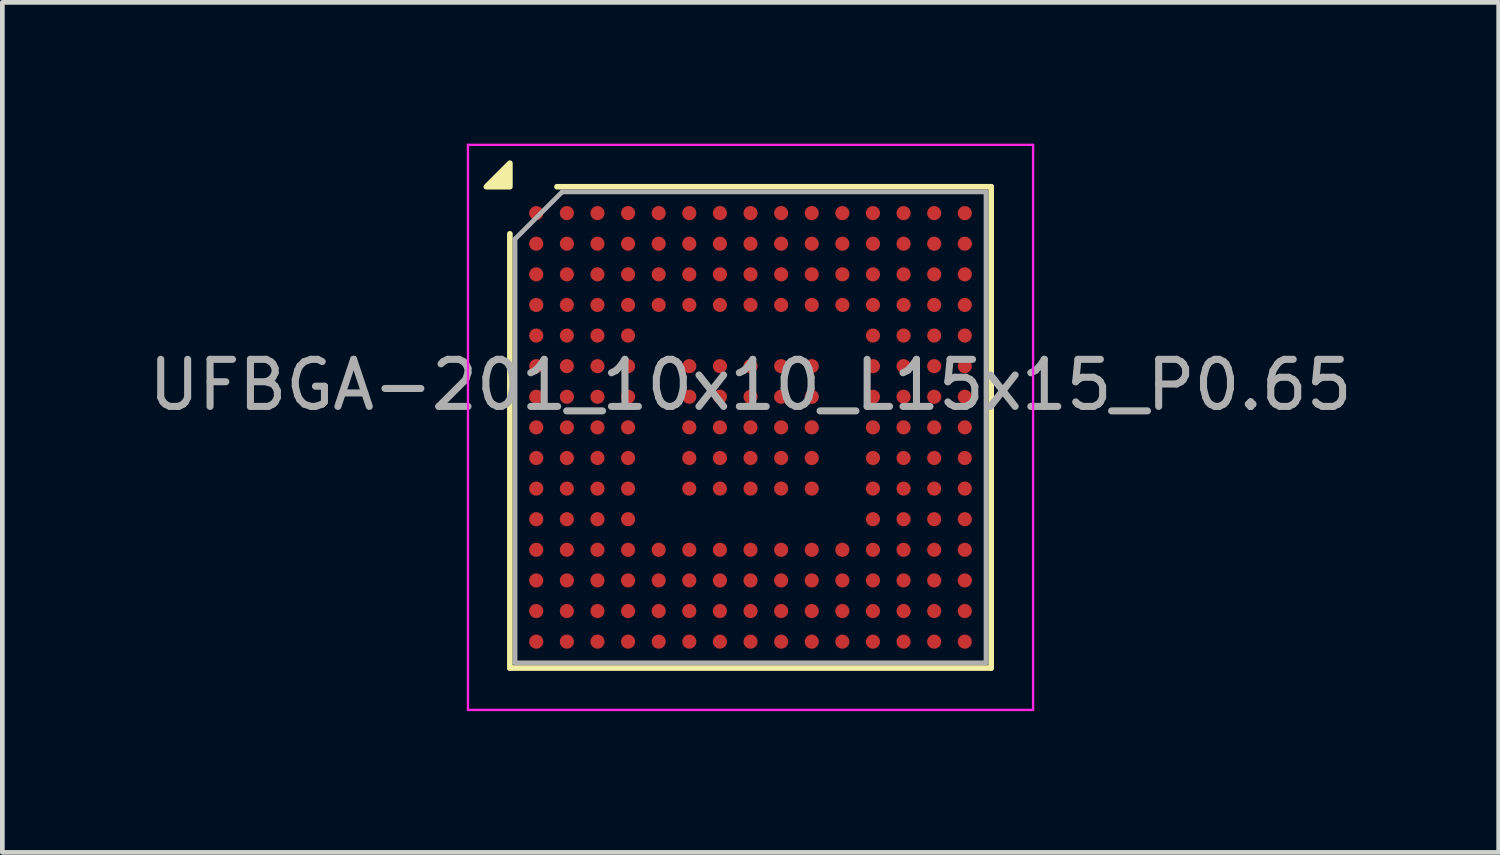
<source format=kicad_pcb>
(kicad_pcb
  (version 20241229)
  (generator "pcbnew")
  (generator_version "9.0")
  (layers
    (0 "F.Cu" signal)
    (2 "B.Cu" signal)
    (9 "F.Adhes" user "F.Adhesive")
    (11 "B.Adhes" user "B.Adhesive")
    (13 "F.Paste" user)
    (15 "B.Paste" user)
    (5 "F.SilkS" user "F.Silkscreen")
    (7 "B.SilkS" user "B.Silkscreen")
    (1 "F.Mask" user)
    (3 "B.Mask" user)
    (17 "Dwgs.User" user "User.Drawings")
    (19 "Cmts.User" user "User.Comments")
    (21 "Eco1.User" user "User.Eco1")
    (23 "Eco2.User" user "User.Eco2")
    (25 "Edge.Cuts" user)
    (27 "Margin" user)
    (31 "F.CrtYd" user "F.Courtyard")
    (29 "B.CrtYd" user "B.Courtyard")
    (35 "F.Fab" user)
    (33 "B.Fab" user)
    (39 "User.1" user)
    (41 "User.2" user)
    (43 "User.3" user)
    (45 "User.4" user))
  (footprint "UFBGA-201_10x10_L15x15_P0.65"
    (layer "F.Cu")
    (at 12.887 6.025)
    (property "Reference" "UFBGA-201_10x10_L15x15_P0.65" (at 0 -0.9 0) (layer "F.Fab") (effects (font (size 1 1) (thickness 0.15))))
    (attr smd)
    (fp_line (start -5.11 5.11) (end -5.11 -4.11) (stroke (width 0.12) (type solid)) (layer "F.SilkS"))
    (fp_line (start -4.11 -5.11) (end 5.11 -5.11) (stroke (width 0.12) (type solid)) (layer "F.SilkS"))
    (fp_line (start 5.11 -5.11) (end 5.11 5.11) (stroke (width 0.12) (type solid)) (layer "F.SilkS"))
    (fp_line (start 5.11 5.11) (end -5.11 5.11) (stroke (width 0.12) (type solid)) (layer "F.SilkS"))
    (fp_poly (pts (xy -5.11 -5.11) (xy -5.61 -5.11) (xy -5.11 -5.61) (xy -5.11 -5.11)) (stroke (width 0.12) (type solid)) (fill yes) (layer "F.SilkS"))
    (fp_line (start -6 -6) (end -6 6) (stroke (width 0.05) (type solid)) (layer "F.CrtYd"))
    (fp_line (start -6 6) (end 6 6) (stroke (width 0.05) (type solid)) (layer "F.CrtYd"))
    (fp_line (start 6 -6) (end -6 -6) (stroke (width 0.05) (type solid)) (layer "F.CrtYd"))
    (fp_line (start 6 6) (end 6 -6) (stroke (width 0.05) (type solid)) (layer "F.CrtYd"))
    (fp_line (start -5 -4) (end -4 -5) (stroke (width 0.1) (type solid)) (layer "F.Fab"))
    (fp_line (start -5 5) (end -5 -4) (stroke (width 0.1) (type solid)) (layer "F.Fab"))
    (fp_line (start -4 -5) (end 5 -5) (stroke (width 0.1) (type solid)) (layer "F.Fab"))
    (fp_line (start 5 -5) (end 5 5) (stroke (width 0.1) (type solid)) (layer "F.Fab"))
    (fp_line (start 5 5) (end -5 5) (stroke (width 0.1) (type solid)) (layer "F.Fab"))
    (pad "A1" smd circle (at -4.55 -4.55) (size 0.3 0.3) (property pad_prop_bga) (layers "F.Cu" "F.Mask" "F.Paste"))
    (pad "A2" smd circle (at -3.9 -4.55) (size 0.3 0.3) (property pad_prop_bga) (layers "F.Cu" "F.Mask" "F.Paste"))
    (pad "A3" smd circle (at -3.25 -4.55) (size 0.3 0.3) (property pad_prop_bga) (layers "F.Cu" "F.Mask" "F.Paste"))
    (pad "A4" smd circle (at -2.6 -4.55) (size 0.3 0.3) (property pad_prop_bga) (layers "F.Cu" "F.Mask" "F.Paste"))
    (pad "A5" smd circle (at -1.95 -4.55) (size 0.3 0.3) (property pad_prop_bga) (layers "F.Cu" "F.Mask" "F.Paste"))
    (pad "A6" smd circle (at -1.3 -4.55) (size 0.3 0.3) (property pad_prop_bga) (layers "F.Cu" "F.Mask" "F.Paste"))
    (pad "A7" smd circle (at -0.65 -4.55) (size 0.3 0.3) (property pad_prop_bga) (layers "F.Cu" "F.Mask" "F.Paste"))
    (pad "A8" smd circle (at 0 -4.55) (size 0.3 0.3) (property pad_prop_bga) (layers "F.Cu" "F.Mask" "F.Paste"))
    (pad "A9" smd circle (at 0.65 -4.55) (size 0.3 0.3) (property pad_prop_bga) (layers "F.Cu" "F.Mask" "F.Paste"))
    (pad "A10" smd circle (at 1.3 -4.55) (size 0.3 0.3) (property pad_prop_bga) (layers "F.Cu" "F.Mask" "F.Paste"))
    (pad "A11" smd circle (at 1.95 -4.55) (size 0.3 0.3) (property pad_prop_bga) (layers "F.Cu" "F.Mask" "F.Paste"))
    (pad "A12" smd circle (at 2.6 -4.55) (size 0.3 0.3) (property pad_prop_bga) (layers "F.Cu" "F.Mask" "F.Paste"))
    (pad "A13" smd circle (at 3.25 -4.55) (size 0.3 0.3) (property pad_prop_bga) (layers "F.Cu" "F.Mask" "F.Paste"))
    (pad "A14" smd circle (at 3.9 -4.55) (size 0.3 0.3) (property pad_prop_bga) (layers "F.Cu" "F.Mask" "F.Paste"))
    (pad "A15" smd circle (at 4.55 -4.55) (size 0.3 0.3) (property pad_prop_bga) (layers "F.Cu" "F.Mask" "F.Paste"))
    (pad "B1" smd circle (at -4.55 -3.9) (size 0.3 0.3) (property pad_prop_bga) (layers "F.Cu" "F.Mask" "F.Paste"))
    (pad "B2" smd circle (at -3.9 -3.9) (size 0.3 0.3) (property pad_prop_bga) (layers "F.Cu" "F.Mask" "F.Paste"))
    (pad "B3" smd circle (at -3.25 -3.9) (size 0.3 0.3) (property pad_prop_bga) (layers "F.Cu" "F.Mask" "F.Paste"))
    (pad "B4" smd circle (at -2.6 -3.9) (size 0.3 0.3) (property pad_prop_bga) (layers "F.Cu" "F.Mask" "F.Paste"))
    (pad "B5" smd circle (at -1.95 -3.9) (size 0.3 0.3) (property pad_prop_bga) (layers "F.Cu" "F.Mask" "F.Paste"))
    (pad "B6" smd circle (at -1.3 -3.9) (size 0.3 0.3) (property pad_prop_bga) (layers "F.Cu" "F.Mask" "F.Paste"))
    (pad "B7" smd circle (at -0.65 -3.9) (size 0.3 0.3) (property pad_prop_bga) (layers "F.Cu" "F.Mask" "F.Paste"))
    (pad "B8" smd circle (at 0 -3.9) (size 0.3 0.3) (property pad_prop_bga) (layers "F.Cu" "F.Mask" "F.Paste"))
    (pad "B9" smd circle (at 0.65 -3.9) (size 0.3 0.3) (property pad_prop_bga) (layers "F.Cu" "F.Mask" "F.Paste"))
    (pad "B10" smd circle (at 1.3 -3.9) (size 0.3 0.3) (property pad_prop_bga) (layers "F.Cu" "F.Mask" "F.Paste"))
    (pad "B11" smd circle (at 1.95 -3.9) (size 0.3 0.3) (property pad_prop_bga) (layers "F.Cu" "F.Mask" "F.Paste"))
    (pad "B12" smd circle (at 2.6 -3.9) (size 0.3 0.3) (property pad_prop_bga) (layers "F.Cu" "F.Mask" "F.Paste"))
    (pad "B13" smd circle (at 3.25 -3.9) (size 0.3 0.3) (property pad_prop_bga) (layers "F.Cu" "F.Mask" "F.Paste"))
    (pad "B14" smd circle (at 3.9 -3.9) (size 0.3 0.3) (property pad_prop_bga) (layers "F.Cu" "F.Mask" "F.Paste"))
    (pad "B15" smd circle (at 4.55 -3.9) (size 0.3 0.3) (property pad_prop_bga) (layers "F.Cu" "F.Mask" "F.Paste"))
    (pad "C1" smd circle (at -4.55 -3.25) (size 0.3 0.3) (property pad_prop_bga) (layers "F.Cu" "F.Mask" "F.Paste"))
    (pad "C2" smd circle (at -3.9 -3.25) (size 0.3 0.3) (property pad_prop_bga) (layers "F.Cu" "F.Mask" "F.Paste"))
    (pad "C3" smd circle (at -3.25 -3.25) (size 0.3 0.3) (property pad_prop_bga) (layers "F.Cu" "F.Mask" "F.Paste"))
    (pad "C4" smd circle (at -2.6 -3.25) (size 0.3 0.3) (property pad_prop_bga) (layers "F.Cu" "F.Mask" "F.Paste"))
    (pad "C5" smd circle (at -1.95 -3.25) (size 0.3 0.3) (property pad_prop_bga) (layers "F.Cu" "F.Mask" "F.Paste"))
    (pad "C6" smd circle (at -1.3 -3.25) (size 0.3 0.3) (property pad_prop_bga) (layers "F.Cu" "F.Mask" "F.Paste"))
    (pad "C7" smd circle (at -0.65 -3.25) (size 0.3 0.3) (property pad_prop_bga) (layers "F.Cu" "F.Mask" "F.Paste"))
    (pad "C8" smd circle (at 0 -3.25) (size 0.3 0.3) (property pad_prop_bga) (layers "F.Cu" "F.Mask" "F.Paste"))
    (pad "C9" smd circle (at 0.65 -3.25) (size 0.3 0.3) (property pad_prop_bga) (layers "F.Cu" "F.Mask" "F.Paste"))
    (pad "C10" smd circle (at 1.3 -3.25) (size 0.3 0.3) (property pad_prop_bga) (layers "F.Cu" "F.Mask" "F.Paste"))
    (pad "C11" smd circle (at 1.95 -3.25) (size 0.3 0.3) (property pad_prop_bga) (layers "F.Cu" "F.Mask" "F.Paste"))
    (pad "C12" smd circle (at 2.6 -3.25) (size 0.3 0.3) (property pad_prop_bga) (layers "F.Cu" "F.Mask" "F.Paste"))
    (pad "C13" smd circle (at 3.25 -3.25) (size 0.3 0.3) (property pad_prop_bga) (layers "F.Cu" "F.Mask" "F.Paste"))
    (pad "C14" smd circle (at 3.9 -3.25) (size 0.3 0.3) (property pad_prop_bga) (layers "F.Cu" "F.Mask" "F.Paste"))
    (pad "C15" smd circle (at 4.55 -3.25) (size 0.3 0.3) (property pad_prop_bga) (layers "F.Cu" "F.Mask" "F.Paste"))
    (pad "D1" smd circle (at -4.55 -2.6) (size 0.3 0.3) (property pad_prop_bga) (layers "F.Cu" "F.Mask" "F.Paste"))
    (pad "D2" smd circle (at -3.9 -2.6) (size 0.3 0.3) (property pad_prop_bga) (layers "F.Cu" "F.Mask" "F.Paste"))
    (pad "D3" smd circle (at -3.25 -2.6) (size 0.3 0.3) (property pad_prop_bga) (layers "F.Cu" "F.Mask" "F.Paste"))
    (pad "D4" smd circle (at -2.6 -2.6) (size 0.3 0.3) (property pad_prop_bga) (layers "F.Cu" "F.Mask" "F.Paste"))
    (pad "D5" smd circle (at -1.95 -2.6) (size 0.3 0.3) (property pad_prop_bga) (layers "F.Cu" "F.Mask" "F.Paste"))
    (pad "D6" smd circle (at -1.3 -2.6) (size 0.3 0.3) (property pad_prop_bga) (layers "F.Cu" "F.Mask" "F.Paste"))
    (pad "D7" smd circle (at -0.65 -2.6) (size 0.3 0.3) (property pad_prop_bga) (layers "F.Cu" "F.Mask" "F.Paste"))
    (pad "D8" smd circle (at 0 -2.6) (size 0.3 0.3) (property pad_prop_bga) (layers "F.Cu" "F.Mask" "F.Paste"))
    (pad "D9" smd circle (at 0.65 -2.6) (size 0.3 0.3) (property pad_prop_bga) (layers "F.Cu" "F.Mask" "F.Paste"))
    (pad "D10" smd circle (at 1.3 -2.6) (size 0.3 0.3) (property pad_prop_bga) (layers "F.Cu" "F.Mask" "F.Paste"))
    (pad "D11" smd circle (at 1.95 -2.6) (size 0.3 0.3) (property pad_prop_bga) (layers "F.Cu" "F.Mask" "F.Paste"))
    (pad "D12" smd circle (at 2.6 -2.6) (size 0.3 0.3) (property pad_prop_bga) (layers "F.Cu" "F.Mask" "F.Paste"))
    (pad "D13" smd circle (at 3.25 -2.6) (size 0.3 0.3) (property pad_prop_bga) (layers "F.Cu" "F.Mask" "F.Paste"))
    (pad "D14" smd circle (at 3.9 -2.6) (size 0.3 0.3) (property pad_prop_bga) (layers "F.Cu" "F.Mask" "F.Paste"))
    (pad "D15" smd circle (at 4.55 -2.6) (size 0.3 0.3) (property pad_prop_bga) (layers "F.Cu" "F.Mask" "F.Paste"))
    (pad "E1" smd circle (at -4.55 -1.95) (size 0.3 0.3) (property pad_prop_bga) (layers "F.Cu" "F.Mask" "F.Paste"))
    (pad "E2" smd circle (at -3.9 -1.95) (size 0.3 0.3) (property pad_prop_bga) (layers "F.Cu" "F.Mask" "F.Paste"))
    (pad "E3" smd circle (at -3.25 -1.95) (size 0.3 0.3) (property pad_prop_bga) (layers "F.Cu" "F.Mask" "F.Paste"))
    (pad "E4" smd circle (at -2.6 -1.95) (size 0.3 0.3) (property pad_prop_bga) (layers "F.Cu" "F.Mask" "F.Paste"))
    (pad "E12" smd circle (at 2.6 -1.95) (size 0.3 0.3) (property pad_prop_bga) (layers "F.Cu" "F.Mask" "F.Paste"))
    (pad "E13" smd circle (at 3.25 -1.95) (size 0.3 0.3) (property pad_prop_bga) (layers "F.Cu" "F.Mask" "F.Paste"))
    (pad "E14" smd circle (at 3.9 -1.95) (size 0.3 0.3) (property pad_prop_bga) (layers "F.Cu" "F.Mask" "F.Paste"))
    (pad "E15" smd circle (at 4.55 -1.95) (size 0.3 0.3) (property pad_prop_bga) (layers "F.Cu" "F.Mask" "F.Paste"))
    (pad "F1" smd circle (at -4.55 -1.3) (size 0.3 0.3) (property pad_prop_bga) (layers "F.Cu" "F.Mask" "F.Paste"))
    (pad "F2" smd circle (at -3.9 -1.3) (size 0.3 0.3) (property pad_prop_bga) (layers "F.Cu" "F.Mask" "F.Paste"))
    (pad "F3" smd circle (at -3.25 -1.3) (size 0.3 0.3) (property pad_prop_bga) (layers "F.Cu" "F.Mask" "F.Paste"))
    (pad "F4" smd circle (at -2.6 -1.3) (size 0.3 0.3) (property pad_prop_bga) (layers "F.Cu" "F.Mask" "F.Paste"))
    (pad "F6" smd circle (at -1.3 -1.3) (size 0.3 0.3) (property pad_prop_bga) (layers "F.Cu" "F.Mask" "F.Paste"))
    (pad "F7" smd circle (at -0.65 -1.3) (size 0.3 0.3) (property pad_prop_bga) (layers "F.Cu" "F.Mask" "F.Paste"))
    (pad "F8" smd circle (at 0 -1.3) (size 0.3 0.3) (property pad_prop_bga) (layers "F.Cu" "F.Mask" "F.Paste"))
    (pad "F9" smd circle (at 0.65 -1.3) (size 0.3 0.3) (property pad_prop_bga) (layers "F.Cu" "F.Mask" "F.Paste"))
    (pad "F10" smd circle (at 1.3 -1.3) (size 0.3 0.3) (property pad_prop_bga) (layers "F.Cu" "F.Mask" "F.Paste"))
    (pad "F12" smd circle (at 2.6 -1.3) (size 0.3 0.3) (property pad_prop_bga) (layers "F.Cu" "F.Mask" "F.Paste"))
    (pad "F13" smd circle (at 3.25 -1.3) (size 0.3 0.3) (property pad_prop_bga) (layers "F.Cu" "F.Mask" "F.Paste"))
    (pad "F14" smd circle (at 3.9 -1.3) (size 0.3 0.3) (property pad_prop_bga) (layers "F.Cu" "F.Mask" "F.Paste"))
    (pad "F15" smd circle (at 4.55 -1.3) (size 0.3 0.3) (property pad_prop_bga) (layers "F.Cu" "F.Mask" "F.Paste"))
    (pad "G1" smd circle (at -4.55 -0.65) (size 0.3 0.3) (property pad_prop_bga) (layers "F.Cu" "F.Mask" "F.Paste"))
    (pad "G2" smd circle (at -3.9 -0.65) (size 0.3 0.3) (property pad_prop_bga) (layers "F.Cu" "F.Mask" "F.Paste"))
    (pad "G3" smd circle (at -3.25 -0.65) (size 0.3 0.3) (property pad_prop_bga) (layers "F.Cu" "F.Mask" "F.Paste"))
    (pad "G4" smd circle (at -2.6 -0.65) (size 0.3 0.3) (property pad_prop_bga) (layers "F.Cu" "F.Mask" "F.Paste"))
    (pad "G6" smd circle (at -1.3 -0.65) (size 0.3 0.3) (property pad_prop_bga) (layers "F.Cu" "F.Mask" "F.Paste"))
    (pad "G7" smd circle (at -0.65 -0.65) (size 0.3 0.3) (property pad_prop_bga) (layers "F.Cu" "F.Mask" "F.Paste"))
    (pad "G8" smd circle (at 0 -0.65) (size 0.3 0.3) (property pad_prop_bga) (layers "F.Cu" "F.Mask" "F.Paste"))
    (pad "G9" smd circle (at 0.65 -0.65) (size 0.3 0.3) (property pad_prop_bga) (layers "F.Cu" "F.Mask" "F.Paste"))
    (pad "G10" smd circle (at 1.3 -0.65) (size 0.3 0.3) (property pad_prop_bga) (layers "F.Cu" "F.Mask" "F.Paste"))
    (pad "G12" smd circle (at 2.6 -0.65) (size 0.3 0.3) (property pad_prop_bga) (layers "F.Cu" "F.Mask" "F.Paste"))
    (pad "G13" smd circle (at 3.25 -0.65) (size 0.3 0.3) (property pad_prop_bga) (layers "F.Cu" "F.Mask" "F.Paste"))
    (pad "G14" smd circle (at 3.9 -0.65) (size 0.3 0.3) (property pad_prop_bga) (layers "F.Cu" "F.Mask" "F.Paste"))
    (pad "G15" smd circle (at 4.55 -0.65) (size 0.3 0.3) (property pad_prop_bga) (layers "F.Cu" "F.Mask" "F.Paste"))
    (pad "H1" smd circle (at -4.55 0) (size 0.3 0.3) (property pad_prop_bga) (layers "F.Cu" "F.Mask" "F.Paste"))
    (pad "H2" smd circle (at -3.9 0) (size 0.3 0.3) (property pad_prop_bga) (layers "F.Cu" "F.Mask" "F.Paste"))
    (pad "H3" smd circle (at -3.25 0) (size 0.3 0.3) (property pad_prop_bga) (layers "F.Cu" "F.Mask" "F.Paste"))
    (pad "H4" smd circle (at -2.6 0) (size 0.3 0.3) (property pad_prop_bga) (layers "F.Cu" "F.Mask" "F.Paste"))
    (pad "H6" smd circle (at -1.3 0) (size 0.3 0.3) (property pad_prop_bga) (layers "F.Cu" "F.Mask" "F.Paste"))
    (pad "H7" smd circle (at -0.65 0) (size 0.3 0.3) (property pad_prop_bga) (layers "F.Cu" "F.Mask" "F.Paste"))
    (pad "H8" smd circle (at 0 0) (size 0.3 0.3) (property pad_prop_bga) (layers "F.Cu" "F.Mask" "F.Paste"))
    (pad "H9" smd circle (at 0.65 0) (size 0.3 0.3) (property pad_prop_bga) (layers "F.Cu" "F.Mask" "F.Paste"))
    (pad "H10" smd circle (at 1.3 0) (size 0.3 0.3) (property pad_prop_bga) (layers "F.Cu" "F.Mask" "F.Paste"))
    (pad "H12" smd circle (at 2.6 0) (size 0.3 0.3) (property pad_prop_bga) (layers "F.Cu" "F.Mask" "F.Paste"))
    (pad "H13" smd circle (at 3.25 0) (size 0.3 0.3) (property pad_prop_bga) (layers "F.Cu" "F.Mask" "F.Paste"))
    (pad "H14" smd circle (at 3.9 0) (size 0.3 0.3) (property pad_prop_bga) (layers "F.Cu" "F.Mask" "F.Paste"))
    (pad "H15" smd circle (at 4.55 0) (size 0.3 0.3) (property pad_prop_bga) (layers "F.Cu" "F.Mask" "F.Paste"))
    (pad "J1" smd circle (at -4.55 0.65) (size 0.3 0.3) (property pad_prop_bga) (layers "F.Cu" "F.Mask" "F.Paste"))
    (pad "J2" smd circle (at -3.9 0.65) (size 0.3 0.3) (property pad_prop_bga) (layers "F.Cu" "F.Mask" "F.Paste"))
    (pad "J3" smd circle (at -3.25 0.65) (size 0.3 0.3) (property pad_prop_bga) (layers "F.Cu" "F.Mask" "F.Paste"))
    (pad "J4" smd circle (at -2.6 0.65) (size 0.3 0.3) (property pad_prop_bga) (layers "F.Cu" "F.Mask" "F.Paste"))
    (pad "J6" smd circle (at -1.3 0.65) (size 0.3 0.3) (property pad_prop_bga) (layers "F.Cu" "F.Mask" "F.Paste"))
    (pad "J7" smd circle (at -0.65 0.65) (size 0.3 0.3) (property pad_prop_bga) (layers "F.Cu" "F.Mask" "F.Paste"))
    (pad "J8" smd circle (at 0 0.65) (size 0.3 0.3) (property pad_prop_bga) (layers "F.Cu" "F.Mask" "F.Paste"))
    (pad "J9" smd circle (at 0.65 0.65) (size 0.3 0.3) (property pad_prop_bga) (layers "F.Cu" "F.Mask" "F.Paste"))
    (pad "J10" smd circle (at 1.3 0.65) (size 0.3 0.3) (property pad_prop_bga) (layers "F.Cu" "F.Mask" "F.Paste"))
    (pad "J12" smd circle (at 2.6 0.65) (size 0.3 0.3) (property pad_prop_bga) (layers "F.Cu" "F.Mask" "F.Paste"))
    (pad "J13" smd circle (at 3.25 0.65) (size 0.3 0.3) (property pad_prop_bga) (layers "F.Cu" "F.Mask" "F.Paste"))
    (pad "J14" smd circle (at 3.9 0.65) (size 0.3 0.3) (property pad_prop_bga) (layers "F.Cu" "F.Mask" "F.Paste"))
    (pad "J15" smd circle (at 4.55 0.65) (size 0.3 0.3) (property pad_prop_bga) (layers "F.Cu" "F.Mask" "F.Paste"))
    (pad "K1" smd circle (at -4.55 1.3) (size 0.3 0.3) (property pad_prop_bga) (layers "F.Cu" "F.Mask" "F.Paste"))
    (pad "K2" smd circle (at -3.9 1.3) (size 0.3 0.3) (property pad_prop_bga) (layers "F.Cu" "F.Mask" "F.Paste"))
    (pad "K3" smd circle (at -3.25 1.3) (size 0.3 0.3) (property pad_prop_bga) (layers "F.Cu" "F.Mask" "F.Paste"))
    (pad "K4" smd circle (at -2.6 1.3) (size 0.3 0.3) (property pad_prop_bga) (layers "F.Cu" "F.Mask" "F.Paste"))
    (pad "K6" smd circle (at -1.3 1.3) (size 0.3 0.3) (property pad_prop_bga) (layers "F.Cu" "F.Mask" "F.Paste"))
    (pad "K7" smd circle (at -0.65 1.3) (size 0.3 0.3) (property pad_prop_bga) (layers "F.Cu" "F.Mask" "F.Paste"))
    (pad "K8" smd circle (at 0 1.3) (size 0.3 0.3) (property pad_prop_bga) (layers "F.Cu" "F.Mask" "F.Paste"))
    (pad "K9" smd circle (at 0.65 1.3) (size 0.3 0.3) (property pad_prop_bga) (layers "F.Cu" "F.Mask" "F.Paste"))
    (pad "K10" smd circle (at 1.3 1.3) (size 0.3 0.3) (property pad_prop_bga) (layers "F.Cu" "F.Mask" "F.Paste"))
    (pad "K12" smd circle (at 2.6 1.3) (size 0.3 0.3) (property pad_prop_bga) (layers "F.Cu" "F.Mask" "F.Paste"))
    (pad "K13" smd circle (at 3.25 1.3) (size 0.3 0.3) (property pad_prop_bga) (layers "F.Cu" "F.Mask" "F.Paste"))
    (pad "K14" smd circle (at 3.9 1.3) (size 0.3 0.3) (property pad_prop_bga) (layers "F.Cu" "F.Mask" "F.Paste"))
    (pad "K15" smd circle (at 4.55 1.3) (size 0.3 0.3) (property pad_prop_bga) (layers "F.Cu" "F.Mask" "F.Paste"))
    (pad "L1" smd circle (at -4.55 1.95) (size 0.3 0.3) (property pad_prop_bga) (layers "F.Cu" "F.Mask" "F.Paste"))
    (pad "L2" smd circle (at -3.9 1.95) (size 0.3 0.3) (property pad_prop_bga) (layers "F.Cu" "F.Mask" "F.Paste"))
    (pad "L3" smd circle (at -3.25 1.95) (size 0.3 0.3) (property pad_prop_bga) (layers "F.Cu" "F.Mask" "F.Paste"))
    (pad "L4" smd circle (at -2.6 1.95) (size 0.3 0.3) (property pad_prop_bga) (layers "F.Cu" "F.Mask" "F.Paste"))
    (pad "L12" smd circle (at 2.6 1.95) (size 0.3 0.3) (property pad_prop_bga) (layers "F.Cu" "F.Mask" "F.Paste"))
    (pad "L13" smd circle (at 3.25 1.95) (size 0.3 0.3) (property pad_prop_bga) (layers "F.Cu" "F.Mask" "F.Paste"))
    (pad "L14" smd circle (at 3.9 1.95) (size 0.3 0.3) (property pad_prop_bga) (layers "F.Cu" "F.Mask" "F.Paste"))
    (pad "L15" smd circle (at 4.55 1.95) (size 0.3 0.3) (property pad_prop_bga) (layers "F.Cu" "F.Mask" "F.Paste"))
    (pad "M1" smd circle (at -4.55 2.6) (size 0.3 0.3) (property pad_prop_bga) (layers "F.Cu" "F.Mask" "F.Paste"))
    (pad "M2" smd circle (at -3.9 2.6) (size 0.3 0.3) (property pad_prop_bga) (layers "F.Cu" "F.Mask" "F.Paste"))
    (pad "M3" smd circle (at -3.25 2.6) (size 0.3 0.3) (property pad_prop_bga) (layers "F.Cu" "F.Mask" "F.Paste"))
    (pad "M4" smd circle (at -2.6 2.6) (size 0.3 0.3) (property pad_prop_bga) (layers "F.Cu" "F.Mask" "F.Paste"))
    (pad "M5" smd circle (at -1.95 2.6) (size 0.3 0.3) (property pad_prop_bga) (layers "F.Cu" "F.Mask" "F.Paste"))
    (pad "M6" smd circle (at -1.3 2.6) (size 0.3 0.3) (property pad_prop_bga) (layers "F.Cu" "F.Mask" "F.Paste"))
    (pad "M7" smd circle (at -0.65 2.6) (size 0.3 0.3) (property pad_prop_bga) (layers "F.Cu" "F.Mask" "F.Paste"))
    (pad "M8" smd circle (at 0 2.6) (size 0.3 0.3) (property pad_prop_bga) (layers "F.Cu" "F.Mask" "F.Paste"))
    (pad "M9" smd circle (at 0.65 2.6) (size 0.3 0.3) (property pad_prop_bga) (layers "F.Cu" "F.Mask" "F.Paste"))
    (pad "M10" smd circle (at 1.3 2.6) (size 0.3 0.3) (property pad_prop_bga) (layers "F.Cu" "F.Mask" "F.Paste"))
    (pad "M11" smd circle (at 1.95 2.6) (size 0.3 0.3) (property pad_prop_bga) (layers "F.Cu" "F.Mask" "F.Paste"))
    (pad "M12" smd circle (at 2.6 2.6) (size 0.3 0.3) (property pad_prop_bga) (layers "F.Cu" "F.Mask" "F.Paste"))
    (pad "M13" smd circle (at 3.25 2.6) (size 0.3 0.3) (property pad_prop_bga) (layers "F.Cu" "F.Mask" "F.Paste"))
    (pad "M14" smd circle (at 3.9 2.6) (size 0.3 0.3) (property pad_prop_bga) (layers "F.Cu" "F.Mask" "F.Paste"))
    (pad "M15" smd circle (at 4.55 2.6) (size 0.3 0.3) (property pad_prop_bga) (layers "F.Cu" "F.Mask" "F.Paste"))
    (pad "N1" smd circle (at -4.55 3.25) (size 0.3 0.3) (property pad_prop_bga) (layers "F.Cu" "F.Mask" "F.Paste"))
    (pad "N2" smd circle (at -3.9 3.25) (size 0.3 0.3) (property pad_prop_bga) (layers "F.Cu" "F.Mask" "F.Paste"))
    (pad "N3" smd circle (at -3.25 3.25) (size 0.3 0.3) (property pad_prop_bga) (layers "F.Cu" "F.Mask" "F.Paste"))
    (pad "N4" smd circle (at -2.6 3.25) (size 0.3 0.3) (property pad_prop_bga) (layers "F.Cu" "F.Mask" "F.Paste"))
    (pad "N5" smd circle (at -1.95 3.25) (size 0.3 0.3) (property pad_prop_bga) (layers "F.Cu" "F.Mask" "F.Paste"))
    (pad "N6" smd circle (at -1.3 3.25) (size 0.3 0.3) (property pad_prop_bga) (layers "F.Cu" "F.Mask" "F.Paste"))
    (pad "N7" smd circle (at -0.65 3.25) (size 0.3 0.3) (property pad_prop_bga) (layers "F.Cu" "F.Mask" "F.Paste"))
    (pad "N8" smd circle (at 0 3.25) (size 0.3 0.3) (property pad_prop_bga) (layers "F.Cu" "F.Mask" "F.Paste"))
    (pad "N9" smd circle (at 0.65 3.25) (size 0.3 0.3) (property pad_prop_bga) (layers "F.Cu" "F.Mask" "F.Paste"))
    (pad "N10" smd circle (at 1.3 3.25) (size 0.3 0.3) (property pad_prop_bga) (layers "F.Cu" "F.Mask" "F.Paste"))
    (pad "N11" smd circle (at 1.95 3.25) (size 0.3 0.3) (property pad_prop_bga) (layers "F.Cu" "F.Mask" "F.Paste"))
    (pad "N12" smd circle (at 2.6 3.25) (size 0.3 0.3) (property pad_prop_bga) (layers "F.Cu" "F.Mask" "F.Paste"))
    (pad "N13" smd circle (at 3.25 3.25) (size 0.3 0.3) (property pad_prop_bga) (layers "F.Cu" "F.Mask" "F.Paste"))
    (pad "N14" smd circle (at 3.9 3.25) (size 0.3 0.3) (property pad_prop_bga) (layers "F.Cu" "F.Mask" "F.Paste"))
    (pad "N15" smd circle (at 4.55 3.25) (size 0.3 0.3) (property pad_prop_bga) (layers "F.Cu" "F.Mask" "F.Paste"))
    (pad "P1" smd circle (at -4.55 3.9) (size 0.3 0.3) (property pad_prop_bga) (layers "F.Cu" "F.Mask" "F.Paste"))
    (pad "P2" smd circle (at -3.9 3.9) (size 0.3 0.3) (property pad_prop_bga) (layers "F.Cu" "F.Mask" "F.Paste"))
    (pad "P3" smd circle (at -3.25 3.9) (size 0.3 0.3) (property pad_prop_bga) (layers "F.Cu" "F.Mask" "F.Paste"))
    (pad "P4" smd circle (at -2.6 3.9) (size 0.3 0.3) (property pad_prop_bga) (layers "F.Cu" "F.Mask" "F.Paste"))
    (pad "P5" smd circle (at -1.95 3.9) (size 0.3 0.3) (property pad_prop_bga) (layers "F.Cu" "F.Mask" "F.Paste"))
    (pad "P6" smd circle (at -1.3 3.9) (size 0.3 0.3) (property pad_prop_bga) (layers "F.Cu" "F.Mask" "F.Paste"))
    (pad "P7" smd circle (at -0.65 3.9) (size 0.3 0.3) (property pad_prop_bga) (layers "F.Cu" "F.Mask" "F.Paste"))
    (pad "P8" smd circle (at 0 3.9) (size 0.3 0.3) (property pad_prop_bga) (layers "F.Cu" "F.Mask" "F.Paste"))
    (pad "P9" smd circle (at 0.65 3.9) (size 0.3 0.3) (property pad_prop_bga) (layers "F.Cu" "F.Mask" "F.Paste"))
    (pad "P10" smd circle (at 1.3 3.9) (size 0.3 0.3) (property pad_prop_bga) (layers "F.Cu" "F.Mask" "F.Paste"))
    (pad "P11" smd circle (at 1.95 3.9) (size 0.3 0.3) (property pad_prop_bga) (layers "F.Cu" "F.Mask" "F.Paste"))
    (pad "P12" smd circle (at 2.6 3.9) (size 0.3 0.3) (property pad_prop_bga) (layers "F.Cu" "F.Mask" "F.Paste"))
    (pad "P13" smd circle (at 3.25 3.9) (size 0.3 0.3) (property pad_prop_bga) (layers "F.Cu" "F.Mask" "F.Paste"))
    (pad "P14" smd circle (at 3.9 3.9) (size 0.3 0.3) (property pad_prop_bga) (layers "F.Cu" "F.Mask" "F.Paste"))
    (pad "P15" smd circle (at 4.55 3.9) (size 0.3 0.3) (property pad_prop_bga) (layers "F.Cu" "F.Mask" "F.Paste"))
    (pad "R1" smd circle (at -4.55 4.55) (size 0.3 0.3) (property pad_prop_bga) (layers "F.Cu" "F.Mask" "F.Paste"))
    (pad "R2" smd circle (at -3.9 4.55) (size 0.3 0.3) (property pad_prop_bga) (layers "F.Cu" "F.Mask" "F.Paste"))
    (pad "R3" smd circle (at -3.25 4.55) (size 0.3 0.3) (property pad_prop_bga) (layers "F.Cu" "F.Mask" "F.Paste"))
    (pad "R4" smd circle (at -2.6 4.55) (size 0.3 0.3) (property pad_prop_bga) (layers "F.Cu" "F.Mask" "F.Paste"))
    (pad "R5" smd circle (at -1.95 4.55) (size 0.3 0.3) (property pad_prop_bga) (layers "F.Cu" "F.Mask" "F.Paste"))
    (pad "R6" smd circle (at -1.3 4.55) (size 0.3 0.3) (property pad_prop_bga) (layers "F.Cu" "F.Mask" "F.Paste"))
    (pad "R7" smd circle (at -0.65 4.55) (size 0.3 0.3) (property pad_prop_bga) (layers "F.Cu" "F.Mask" "F.Paste"))
    (pad "R8" smd circle (at 0 4.55) (size 0.3 0.3) (property pad_prop_bga) (layers "F.Cu" "F.Mask" "F.Paste"))
    (pad "R9" smd circle (at 0.65 4.55) (size 0.3 0.3) (property pad_prop_bga) (layers "F.Cu" "F.Mask" "F.Paste"))
    (pad "R10" smd circle (at 1.3 4.55) (size 0.3 0.3) (property pad_prop_bga) (layers "F.Cu" "F.Mask" "F.Paste"))
    (pad "R11" smd circle (at 1.95 4.55) (size 0.3 0.3) (property pad_prop_bga) (layers "F.Cu" "F.Mask" "F.Paste"))
    (pad "R12" smd circle (at 2.6 4.55) (size 0.3 0.3) (property pad_prop_bga) (layers "F.Cu" "F.Mask" "F.Paste"))
    (pad "R13" smd circle (at 3.25 4.55) (size 0.3 0.3) (property pad_prop_bga) (layers "F.Cu" "F.Mask" "F.Paste"))
    (pad "R14" smd circle (at 3.9 4.55) (size 0.3 0.3) (property pad_prop_bga) (layers "F.Cu" "F.Mask" "F.Paste"))
    (pad "R15" smd circle (at 4.55 4.55) (size 0.3 0.3) (property pad_prop_bga) (layers "F.Cu" "F.Mask" "F.Paste")))
  (gr_rect
    (start -3 -3)
    (end 28.774 15.05)
    (stroke (width 0.1) (type default))
    (fill no)
    (layer "Edge.Cuts")))
</source>
